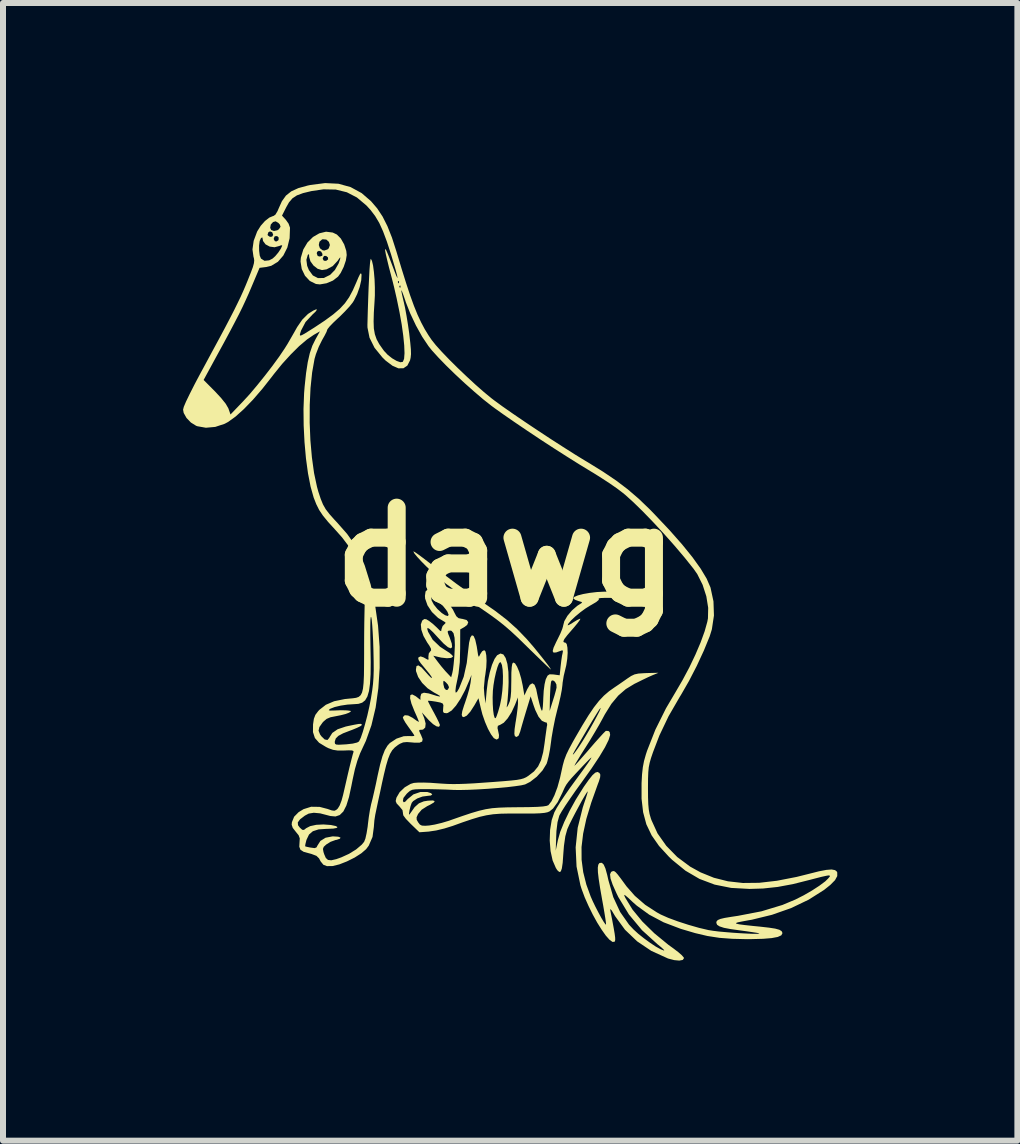
<source format=kicad_pcb>
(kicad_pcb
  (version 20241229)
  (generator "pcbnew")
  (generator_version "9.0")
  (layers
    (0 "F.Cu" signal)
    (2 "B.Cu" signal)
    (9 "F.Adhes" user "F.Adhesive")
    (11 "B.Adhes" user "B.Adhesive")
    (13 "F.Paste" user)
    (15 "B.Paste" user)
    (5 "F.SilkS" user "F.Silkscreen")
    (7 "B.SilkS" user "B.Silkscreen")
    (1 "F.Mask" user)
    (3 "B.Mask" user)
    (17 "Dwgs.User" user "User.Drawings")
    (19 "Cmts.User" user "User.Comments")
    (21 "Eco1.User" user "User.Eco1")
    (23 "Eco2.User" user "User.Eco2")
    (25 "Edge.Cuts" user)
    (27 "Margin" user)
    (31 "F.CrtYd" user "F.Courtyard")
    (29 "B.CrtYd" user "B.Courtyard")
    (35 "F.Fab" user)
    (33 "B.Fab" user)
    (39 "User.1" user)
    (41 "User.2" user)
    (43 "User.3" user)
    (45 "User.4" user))
  (footprint "dawg"
    (layer "F.Cu")
    (at 5.38 6.229)
    (property "Reference" "dawg" (at 0 0 0) (layer "F.SilkS") (effects (font (size 1.5 1.5) (thickness 0.3))))
    (attr board_only exclude_from_pos_files exclude_from_bom)
    (fp_poly (pts (xy -1.519 -0.082) (xy -1.464 -0.044) (xy -1.383 0.016) (xy -1.281 0.094) (xy -1.166 0.186) (xy -1.158 0.192) (xy -1.006 0.311) (xy -0.832 0.442) (xy -0.653 0.571) (xy -0.486 0.688) (xy -0.413 0.737) (xy -0.183 0.896) (xy 0.013 1.047) (xy 0.185 1.201) (xy 0.345 1.367) (xy 0.461 1.501) (xy 0.556 1.618) (xy 0.637 1.72) (xy 0.699 1.8) (xy 0.737 1.854) (xy 0.748 1.876) (xy 0.747 1.876) (xy 0.728 1.859) (xy 0.678 1.812) (xy 0.603 1.74) (xy 0.508 1.648) (xy 0.398 1.541) (xy 0.35 1.494) (xy 0.203 1.35) (xy 0.077 1.233) (xy -0.038 1.134) (xy -0.155 1.042) (xy -0.285 0.948) (xy -0.44 0.841) (xy -0.455 0.832) (xy -0.598 0.734) (xy -0.741 0.635) (xy -0.873 0.54) (xy -0.983 0.459) (xy -1.058 0.402) (xy -1.145 0.328) (xy -1.237 0.244) (xy -1.329 0.156) (xy -1.412 0.072) (xy -1.48 -0.002) (xy -1.526 -0.058) (xy -1.543 -0.09) (xy -1.542 -0.093)) (stroke (width 0) (type solid)) (fill yes) (layer "F.SilkS"))
    (fp_poly (pts (xy -2.887 -5.405) (xy -2.818 -5.372) (xy -2.752 -5.305) (xy -2.696 -5.207) (xy -2.661 -5.099) (xy -2.654 -5.03) (xy -2.668 -4.94) (xy -2.704 -4.833) (xy -2.754 -4.732) (xy -2.798 -4.671) (xy -2.883 -4.605) (xy -2.99 -4.56) (xy -3.1 -4.541) (xy -3.166 -4.548) (xy -3.268 -4.598) (xy -3.349 -4.685) (xy -3.403 -4.797) (xy -3.423 -4.922) (xy -3.421 -4.951) (xy -3.326 -4.951) (xy -3.313 -4.851) (xy -3.284 -4.78) (xy -3.218 -4.69) (xy -3.133 -4.646) (xy -3.036 -4.648) (xy -2.932 -4.699) (xy -2.928 -4.702) (xy -2.851 -4.781) (xy -2.79 -4.888) (xy -2.766 -4.955) (xy -2.759 -4.989) (xy -2.769 -4.985) (xy -2.8 -4.942) (xy -2.804 -4.935) (xy -2.887 -4.846) (xy -2.989 -4.792) (xy -3.066 -4.78) (xy -3.138 -4.801) (xy -3.208 -4.856) (xy -3.259 -4.927) (xy -3.27 -4.966) (xy -3.053 -4.966) (xy -3.035 -4.936) (xy -2.997 -4.933) (xy -2.964 -4.958) (xy -2.966 -4.99) (xy -2.996 -5.015) (xy -3.032 -5.015) (xy -3.033 -5.014) (xy -3.051 -4.981) (xy -3.053 -4.966) (xy -3.27 -4.966) (xy -3.279 -4.997) (xy -3.282 -5.041) (xy -3.295 -5.041) (xy -3.303 -5.03) (xy -3.326 -4.951) (xy -3.421 -4.951) (xy -3.418 -4.986) (xy -3.397 -5.057) (xy -3.153 -5.057) (xy -3.137 -5.014) (xy -3.101 -5.005) (xy -3.061 -5.018) (xy -3.058 -5.048) (xy -3.081 -5.089) (xy -3.117 -5.101) (xy -3.147 -5.084) (xy -3.153 -5.057) (xy -3.397 -5.057) (xy -3.377 -5.123) (xy -3.333 -5.197) (xy -3.119 -5.197) (xy -3.101 -5.144) (xy -3.056 -5.11) (xy -3.028 -5.105) (xy -2.975 -5.123) (xy -2.954 -5.141) (xy -2.934 -5.197) (xy -2.951 -5.25) (xy -2.994 -5.288) (xy -3.052 -5.293) (xy -3.065 -5.29) (xy -3.108 -5.252) (xy -3.119 -5.197) (xy -3.333 -5.197) (xy -3.308 -5.239) (xy -3.216 -5.331) (xy -3.11 -5.392) (xy -2.998 -5.419)) (stroke (width 0) (type solid)) (fill yes) (layer "F.SilkS"))
    (fp_poly (pts (xy -2.791 -6.218) (xy -2.589 -6.162) (xy -2.405 -6.062) (xy -2.249 -5.927) (xy -2.146 -5.807) (xy -2.056 -5.671) (xy -1.976 -5.512) (xy -1.9 -5.32) (xy -1.827 -5.093) (xy -1.741 -4.807) (xy -1.665 -4.564) (xy -1.597 -4.358) (xy -1.534 -4.184) (xy -1.474 -4.036) (xy -1.414 -3.908) (xy -1.354 -3.795) (xy -1.29 -3.691) (xy -1.239 -3.616) (xy -1.169 -3.528) (xy -1.068 -3.416) (xy -0.944 -3.287) (xy -0.805 -3.149) (xy -0.657 -3.008) (xy -0.51 -2.872) (xy -0.37 -2.749) (xy -0.245 -2.646) (xy -0.198 -2.61) (xy -0.06 -2.509) (xy 0.112 -2.389) (xy 0.307 -2.256) (xy 0.518 -2.115) (xy 0.735 -1.972) (xy 0.948 -1.835) (xy 1.148 -1.708) (xy 1.326 -1.599) (xy 1.364 -1.577) (xy 1.616 -1.421) (xy 1.834 -1.274) (xy 2.028 -1.127) (xy 2.211 -0.97) (xy 2.393 -0.795) (xy 2.466 -0.72) (xy 2.72 -0.451) (xy 2.933 -0.21) (xy 3.107 0.005) (xy 3.243 0.195) (xy 3.342 0.36) (xy 3.404 0.503) (xy 3.407 0.511) (xy 3.456 0.739) (xy 3.464 0.975) (xy 3.429 1.206) (xy 3.393 1.322) (xy 3.296 1.559) (xy 3.178 1.814) (xy 3.048 2.066) (xy 2.917 2.294) (xy 2.894 2.331) (xy 2.708 2.653) (xy 2.555 2.974) (xy 2.448 3.254) (xy 2.415 3.351) (xy 2.393 3.429) (xy 2.378 3.503) (xy 2.37 3.586) (xy 2.366 3.691) (xy 2.365 3.83) (xy 2.365 3.854) (xy 2.366 4.005) (xy 2.37 4.119) (xy 2.378 4.206) (xy 2.391 4.28) (xy 2.412 4.352) (xy 2.423 4.384) (xy 2.524 4.605) (xy 2.67 4.812) (xy 2.852 4.998) (xy 3.067 5.158) (xy 3.241 5.254) (xy 3.463 5.344) (xy 3.697 5.403) (xy 3.946 5.431) (xy 4.217 5.428) (xy 4.513 5.394) (xy 4.841 5.33) (xy 5.045 5.279) (xy 5.211 5.237) (xy 5.336 5.213) (xy 5.424 5.206) (xy 5.482 5.217) (xy 5.513 5.243) (xy 5.518 5.256) (xy 5.518 5.316) (xy 5.481 5.384) (xy 5.402 5.464) (xy 5.298 5.547) (xy 5.042 5.709) (xy 4.75 5.849) (xy 4.431 5.961) (xy 4.095 6.043) (xy 4.036 6.053) (xy 3.933 6.072) (xy 3.863 6.086) (xy 3.831 6.098) (xy 3.838 6.109) (xy 3.886 6.12) (xy 3.978 6.132) (xy 4.117 6.147) (xy 4.229 6.158) (xy 4.379 6.175) (xy 4.484 6.191) (xy 4.553 6.21) (xy 4.591 6.233) (xy 4.604 6.261) (xy 4.605 6.268) (xy 4.586 6.303) (xy 4.527 6.33) (xy 4.426 6.349) (xy 4.282 6.361) (xy 4.09 6.366) (xy 4.016 6.367) (xy 3.77 6.361) (xy 3.556 6.345) (xy 3.355 6.314) (xy 3.151 6.266) (xy 2.925 6.199) (xy 2.903 6.192) (xy 2.625 6.086) (xy 2.386 5.959) (xy 2.179 5.809) (xy 2.111 5.749) (xy 2.034 5.677) (xy 1.988 5.638) (xy 1.969 5.629) (xy 1.972 5.645) (xy 1.989 5.681) (xy 2.107 5.874) (xy 2.27 6.072) (xy 2.471 6.269) (xy 2.705 6.461) (xy 2.787 6.52) (xy 2.867 6.581) (xy 2.929 6.635) (xy 2.962 6.674) (xy 2.965 6.683) (xy 2.944 6.713) (xy 2.886 6.724) (xy 2.802 6.716) (xy 2.702 6.69) (xy 2.69 6.685) (xy 2.42 6.562) (xy 2.184 6.403) (xy 1.982 6.21) (xy 1.818 5.985) (xy 1.799 5.953) (xy 1.761 5.889) (xy 1.738 5.865) (xy 1.736 5.881) (xy 1.77 6.053) (xy 1.794 6.183) (xy 1.81 6.277) (xy 1.818 6.34) (xy 1.819 6.38) (xy 1.813 6.403) (xy 1.808 6.41) (xy 1.774 6.413) (xy 1.724 6.377) (xy 1.662 6.307) (xy 1.593 6.209) (xy 1.519 6.091) (xy 1.445 5.957) (xy 1.375 5.815) (xy 1.311 5.671) (xy 1.259 5.531) (xy 1.239 5.467) (xy 1.175 5.157) (xy 1.16 4.838) (xy 1.194 4.511) (xy 1.278 4.175) (xy 1.299 4.11) (xy 1.33 4.018) (xy 1.352 3.947) (xy 1.362 3.908) (xy 1.362 3.904) (xy 1.345 3.925) (xy 1.31 3.981) (xy 1.263 4.062) (xy 1.21 4.16) (xy 1.154 4.264) (xy 1.101 4.366) (xy 1.057 4.454) (xy 1.027 4.521) (xy 1.021 4.534) (xy 0.988 4.653) (xy 0.965 4.812) (xy 0.954 4.953) (xy 0.944 5.095) (xy 0.93 5.189) (xy 0.912 5.24) (xy 0.887 5.248) (xy 0.854 5.218) (xy 0.83 5.18) (xy 0.776 5.055) (xy 0.742 4.899) (xy 0.728 4.725) (xy 0.734 4.548) (xy 0.761 4.383) (xy 0.805 4.254) (xy 0.843 4.183) (xy 0.904 4.084) (xy 0.981 3.969) (xy 1.064 3.849) (xy 1.088 3.816) (xy 1.209 3.65) (xy 1.302 3.523) (xy 1.368 3.43) (xy 1.408 3.371) (xy 1.423 3.343) (xy 1.416 3.344) (xy 1.387 3.371) (xy 1.338 3.421) (xy 1.269 3.493) (xy 1.262 3.501) (xy 1.162 3.607) (xy 1.091 3.684) (xy 1.041 3.743) (xy 1.005 3.792) (xy 0.979 3.838) (xy 0.954 3.892) (xy 0.938 3.929) (xy 0.861 4.084) (xy 0.783 4.191) (xy 0.724 4.239) (xy 0.69 4.253) (xy 0.641 4.263) (xy 0.568 4.27) (xy 0.464 4.274) (xy 0.323 4.274) (xy 0.211 4.274) (xy 0.043 4.274) (xy -0.095 4.277) (xy -0.214 4.286) (xy -0.325 4.303) (xy -0.439 4.329) (xy -0.568 4.368) (xy -0.722 4.42) (xy -0.888 4.48) (xy -1.026 4.523) (xy -1.163 4.556) (xy -1.277 4.573) (xy -1.278 4.574) (xy -1.443 4.586) (xy -1.588 4.446) (xy -1.668 4.363) (xy -1.711 4.305) (xy -1.718 4.267) (xy -1.717 4.266) (xy -1.725 4.217) (xy -1.776 4.155) (xy -1.823 4.105) (xy -1.838 4.066) (xy -1.827 4.015) (xy -1.824 4.007) (xy -1.772 3.918) (xy -1.687 3.837) (xy -1.589 3.78) (xy -1.536 3.764) (xy -1.471 3.759) (xy -1.373 3.758) (xy -1.257 3.762) (xy -1.191 3.767) (xy -1.077 3.775) (xy -0.977 3.781) (xy -0.882 3.783) (xy -0.783 3.782) (xy -0.67 3.778) (xy -0.533 3.771) (xy -0.364 3.759) (xy -0.208 3.748) (xy -0.04 3.735) (xy 0.086 3.724) (xy 0.178 3.714) (xy 0.245 3.702) (xy 0.294 3.688) (xy 0.334 3.67) (xy 0.372 3.646) (xy 0.373 3.645) (xy 0.466 3.573) (xy 0.534 3.49) (xy 0.583 3.387) (xy 0.619 3.252) (xy 0.641 3.11) (xy 0.656 2.995) (xy 0.67 2.896) (xy 0.68 2.824) (xy 0.686 2.797) (xy 0.679 2.76) (xy 0.65 2.753) (xy 0.597 2.729) (xy 0.541 2.66) (xy 0.495 2.565) (xy 0.727 2.565) (xy 0.778 2.402) (xy 0.807 2.309) (xy 0.83 2.226) (xy 0.842 2.176) (xy 0.839 2.123) (xy 0.815 2.078) (xy 0.782 2.055) (xy 0.756 2.063) (xy 0.748 2.094) (xy 0.74 2.164) (xy 0.735 2.26) (xy 0.732 2.323) (xy 0.727 2.565) (xy 0.495 2.565) (xy 0.488 2.551) (xy 0.458 2.468) (xy 0.41 2.322) (xy 0.331 2.581) (xy 0.297 2.695) (xy 0.267 2.798) (xy 0.245 2.876) (xy 0.236 2.909) (xy 0.21 2.975) (xy 0.176 2.999) (xy 0.147 2.985) (xy 0.139 2.947) (xy 0.143 2.867) (xy 0.16 2.749) (xy 0.162 2.741) (xy 0.179 2.629) (xy 0.192 2.525) (xy 0.199 2.447) (xy 0.199 2.43) (xy 0.198 2.34) (xy 0.15 2.462) (xy 0.093 2.585) (xy 0.028 2.688) (xy -0.037 2.761) (xy -0.093 2.794) (xy -0.136 2.813) (xy -0.142 2.85) (xy -0.136 2.875) (xy -0.117 2.966) (xy -0.121 3.019) (xy -0.151 3.04) (xy -0.162 3.04) (xy -0.203 3.018) (xy -0.25 2.955) (xy -0.301 2.862) (xy -0.35 2.748) (xy -0.394 2.621) (xy -0.416 2.535) (xy -0.459 2.353) (xy -0.527 2.472) (xy -0.594 2.576) (xy -0.654 2.643) (xy -0.703 2.668) (xy -0.729 2.659) (xy -0.738 2.629) (xy -0.729 2.569) (xy -0.699 2.473) (xy -0.681 2.422) (xy -0.644 2.309) (xy -0.612 2.197) (xy -0.593 2.106) (xy -0.59 2.088) (xy -0.575 1.964) (xy -0.61 2.053) (xy -0.681 2.218) (xy -0.757 2.361) (xy -0.833 2.476) (xy -0.905 2.557) (xy -0.97 2.598) (xy -0.993 2.603) (xy -1.036 2.597) (xy -1.05 2.571) (xy -1.047 2.518) (xy -1.043 2.469) (xy -1.055 2.441) (xy -1.093 2.425) (xy -1.169 2.41) (xy -1.242 2.399) (xy -1.29 2.395) (xy -1.301 2.398) (xy -1.29 2.424) (xy -1.26 2.483) (xy -1.217 2.564) (xy -1.201 2.593) (xy -1.155 2.68) (xy -1.12 2.752) (xy -1.102 2.796) (xy -1.101 2.802) (xy -1.116 2.829) (xy -1.157 2.822) (xy -1.215 2.785) (xy -1.283 2.722) (xy -1.295 2.709) (xy -1.401 2.59) (xy -1.362 2.686) (xy -1.339 2.775) (xy -1.346 2.841) (xy -1.382 2.875) (xy -1.403 2.878) (xy -1.439 2.88) (xy -1.448 2.896) (xy -1.43 2.938) (xy -1.416 2.966) (xy -1.389 3.034) (xy -1.397 3.075) (xy -1.443 3.094) (xy -1.532 3.093) (xy -1.561 3.09) (xy -1.652 3.083) (xy -1.714 3.089) (xy -1.766 3.111) (xy -1.8 3.132) (xy -1.853 3.173) (xy -1.896 3.22) (xy -1.932 3.281) (xy -1.965 3.364) (xy -1.998 3.475) (xy -2.034 3.623) (xy -2.066 3.766) (xy -2.097 3.914) (xy -2.127 4.051) (xy -2.152 4.169) (xy -2.17 4.255) (xy -2.178 4.292) (xy -2.193 4.387) (xy -2.201 4.485) (xy -2.201 4.492) (xy -2.224 4.664) (xy -2.287 4.809) (xy -2.331 4.868) (xy -2.41 4.936) (xy -2.521 5.007) (xy -2.649 5.071) (xy -2.776 5.121) (xy -2.885 5.148) (xy -2.897 5.149) (xy -2.984 5.15) (xy -3.042 5.128) (xy -3.088 5.072) (xy -3.115 5.021) (xy -3.158 4.979) (xy -3.242 4.947) (xy -3.276 4.938) (xy -3.371 4.912) (xy -3.425 4.877) (xy -3.444 4.827) (xy -3.44 4.752) (xy -3.436 4.688) (xy -3.455 4.636) (xy -3.503 4.577) (xy -3.553 4.513) (xy -3.571 4.46) (xy -3.567 4.418) (xy -3.53 4.327) (xy -3.455 4.251) (xy -3.373 4.201) (xy -3.246 4.161) (xy -3.106 4.163) (xy -2.975 4.197) (xy -2.903 4.222) (xy -2.86 4.228) (xy -2.83 4.215) (xy -2.803 4.191) (xy -2.772 4.141) (xy -2.74 4.058) (xy -2.715 3.966) (xy -2.675 3.793) (xy -2.638 3.631) (xy -2.604 3.488) (xy -2.575 3.373) (xy -2.554 3.292) (xy -2.542 3.253) (xy -2.541 3.233) (xy -2.565 3.223) (xy -2.622 3.221) (xy -2.697 3.224) (xy -2.801 3.225) (xy -2.881 3.213) (xy -2.959 3.185) (xy -2.999 3.165) (xy -3.114 3.095) (xy -3.184 3.016) (xy -3.216 2.918) (xy -3.216 2.894) (xy -3.123 2.894) (xy -3.098 2.956) (xy -3.076 2.987) (xy -3.021 3.04) (xy -2.975 3.049) (xy -2.944 3.013) (xy -2.942 3.007) (xy -2.894 2.931) (xy -2.805 2.87) (xy -2.671 2.825) (xy -2.631 2.816) (xy -2.524 2.794) (xy -2.457 2.782) (xy -2.42 2.78) (xy -2.405 2.787) (xy -2.402 2.8) (xy -2.424 2.818) (xy -2.483 2.847) (xy -2.566 2.881) (xy -2.596 2.892) (xy -2.715 2.938) (xy -2.793 2.98) (xy -2.836 3.023) (xy -2.852 3.072) (xy -2.853 3.086) (xy -2.849 3.111) (xy -2.831 3.124) (xy -2.789 3.128) (xy -2.711 3.124) (xy -2.661 3.121) (xy -2.554 3.109) (xy -2.48 3.091) (xy -2.449 3.073) (xy -2.42 3.013) (xy -2.386 2.914) (xy -2.349 2.787) (xy -2.311 2.643) (xy -2.277 2.493) (xy -2.249 2.348) (xy -2.248 2.34) (xy -2.229 2.222) (xy -2.216 2.115) (xy -2.208 2.008) (xy -2.204 1.887) (xy -2.205 1.741) (xy -2.209 1.558) (xy -2.209 1.552) (xy -2.214 1.396) (xy -2.221 1.255) (xy -2.229 1.136) (xy -2.237 1.05) (xy -2.245 1.003) (xy -2.246 1.002) (xy -2.254 1.003) (xy -2.259 1.053) (xy -2.261 1.153) (xy -2.261 1.303) (xy -2.258 1.502) (xy -2.258 1.503) (xy -2.254 1.75) (xy -2.256 1.951) (xy -2.266 2.111) (xy -2.283 2.234) (xy -2.31 2.325) (xy -2.347 2.388) (xy -2.396 2.427) (xy -2.459 2.447) (xy -2.531 2.452) (xy -2.64 2.459) (xy -2.754 2.476) (xy -2.855 2.5) (xy -2.927 2.528) (xy -2.938 2.535) (xy -2.953 2.552) (xy -2.934 2.559) (xy -2.873 2.558) (xy -2.845 2.557) (xy -2.753 2.553) (xy -2.669 2.555) (xy -2.638 2.557) (xy -2.589 2.564) (xy -2.586 2.576) (xy -2.618 2.595) (xy -2.67 2.615) (xy -2.752 2.636) (xy -2.828 2.651) (xy -2.924 2.67) (xy -2.988 2.697) (xy -3.038 2.739) (xy -3.056 2.758) (xy -3.109 2.833) (xy -3.123 2.894) (xy -3.216 2.894) (xy -3.215 2.791) (xy -3.215 2.79) (xy -3.201 2.696) (xy -3.176 2.63) (xy -3.13 2.569) (xy -3.11 2.547) (xy -3.001 2.462) (xy -2.863 2.403) (xy -2.687 2.367) (xy -2.619 2.36) (xy -2.552 2.354) (xy -2.497 2.346) (xy -2.455 2.331) (xy -2.422 2.303) (xy -2.399 2.259) (xy -2.383 2.193) (xy -2.373 2.099) (xy -2.367 1.973) (xy -2.365 1.811) (xy -2.364 1.606) (xy -2.364 1.465) (xy -2.363 1.272) (xy -2.361 1.092) (xy -2.358 0.932) (xy -2.355 0.799) (xy -2.35 0.7) (xy -2.345 0.642) (xy -2.344 0.634) (xy -2.339 0.584) (xy -2.347 0.517) (xy -2.37 0.425) (xy -2.41 0.297) (xy -2.414 0.285) (xy -2.483 0.095) (xy -2.553 -0.06) (xy -2.633 -0.196) (xy -2.733 -0.328) (xy -2.851 -0.46) (xy -2.965 -0.585) (xy -3.05 -0.689) (xy -3.113 -0.783) (xy -3.161 -0.879) (xy -3.204 -0.989) (xy -3.205 -0.992) (xy -3.256 -1.173) (xy -3.299 -1.394) (xy -3.333 -1.643) (xy -3.357 -1.912) (xy -3.371 -2.189) (xy -3.374 -2.464) (xy -3.364 -2.728) (xy -3.355 -2.84) (xy -3.331 -3.064) (xy -3.303 -3.246) (xy -3.269 -3.395) (xy -3.227 -3.519) (xy -3.175 -3.625) (xy -3.1 -3.759) (xy -3.202 -3.701) (xy -3.315 -3.624) (xy -3.446 -3.513) (xy -3.586 -3.374) (xy -3.73 -3.216) (xy -3.867 -3.047) (xy -3.899 -3.005) (xy -4.058 -2.803) (xy -4.215 -2.621) (xy -4.366 -2.465) (xy -4.506 -2.339) (xy -4.629 -2.25) (xy -4.687 -2.219) (xy -4.844 -2.167) (xy -5 -2.153) (xy -5.141 -2.178) (xy -5.163 -2.186) (xy -5.25 -2.24) (xy -5.323 -2.316) (xy -5.37 -2.4) (xy -5.38 -2.454) (xy -5.368 -2.502) (xy -5.331 -2.589) (xy -5.27 -2.715) (xy -5.188 -2.877) (xy -5.15 -2.949) (xy -5.038 -2.949) (xy -4.847 -2.757) (xy -4.746 -2.648) (xy -4.67 -2.553) (xy -4.627 -2.479) (xy -4.623 -2.469) (xy -4.59 -2.374) (xy -4.378 -2.595) (xy -4.269 -2.714) (xy -4.147 -2.859) (xy -4.019 -3.018) (xy -3.894 -3.18) (xy -3.781 -3.335) (xy -3.689 -3.471) (xy -3.642 -3.546) (xy -3.587 -3.641) (xy -3.524 -3.751) (xy -3.479 -3.831) (xy -3.395 -3.953) (xy -3.303 -4.045) (xy -3.287 -4.057) (xy -3.209 -4.106) (xy -3.162 -4.126) (xy -3.15 -4.119) (xy -3.175 -4.085) (xy -3.224 -4.039) (xy -3.34 -3.914) (xy -3.415 -3.771) (xy -3.429 -3.726) (xy -3.435 -3.699) (xy -3.428 -3.688) (xy -3.403 -3.695) (xy -3.353 -3.722) (xy -3.272 -3.773) (xy -3.194 -3.822) (xy -3.018 -3.939) (xy -2.879 -4.041) (xy -2.77 -4.134) (xy -2.684 -4.227) (xy -2.614 -4.327) (xy -2.552 -4.443) (xy -2.495 -4.572) (xy -2.456 -4.664) (xy -2.431 -4.714) (xy -2.416 -4.727) (xy -2.408 -4.707) (xy -2.407 -4.698) (xy -2.412 -4.61) (xy -2.438 -4.498) (xy -2.48 -4.38) (xy -2.533 -4.273) (xy -2.555 -4.238) (xy -2.608 -4.172) (xy -2.685 -4.089) (xy -2.772 -4.002) (xy -2.803 -3.974) (xy -2.879 -3.902) (xy -2.938 -3.841) (xy -2.972 -3.798) (xy -2.978 -3.787) (xy -2.99 -3.751) (xy -3.022 -3.688) (xy -3.065 -3.612) (xy -3.119 -3.503) (xy -3.167 -3.379) (xy -3.19 -3.3) (xy -3.23 -3.074) (xy -3.257 -2.814) (xy -3.27 -2.532) (xy -3.271 -2.238) (xy -3.259 -1.943) (xy -3.234 -1.66) (xy -3.198 -1.398) (xy -3.149 -1.169) (xy -3.127 -1.089) (xy -3.087 -0.968) (xy -3.049 -0.875) (xy -3.003 -0.794) (xy -2.94 -0.713) (xy -2.854 -0.616) (xy -2.814 -0.574) (xy -2.647 -0.384) (xy -2.517 -0.2) (xy -2.415 -0.009) (xy -2.353 0.144) (xy -2.255 0.459) (xy -2.182 0.795) (xy -2.132 1.144) (xy -2.106 1.497) (xy -2.105 1.847) (xy -2.127 2.187) (xy -2.172 2.508) (xy -2.242 2.803) (xy -2.335 3.065) (xy -2.374 3.148) (xy -2.431 3.271) (xy -2.477 3.395) (xy -2.517 3.534) (xy -2.554 3.702) (xy -2.576 3.813) (xy -2.616 4) (xy -2.66 4.141) (xy -2.71 4.24) (xy -2.77 4.299) (xy -2.841 4.323) (xy -2.928 4.315) (xy -2.958 4.307) (xy -3.096 4.271) (xy -3.202 4.261) (xy -3.287 4.275) (xy -3.351 4.309) (xy -3.432 4.371) (xy -3.469 4.422) (xy -3.465 4.469) (xy -3.435 4.509) (xy -3.395 4.545) (xy -3.366 4.547) (xy -3.329 4.518) (xy -3.263 4.484) (xy -3.162 4.462) (xy -3.042 4.456) (xy -2.917 4.465) (xy -2.838 4.482) (xy -2.807 4.499) (xy -2.821 4.514) (xy -2.877 4.525) (xy -2.974 4.529) (xy -2.987 4.529) (xy -3.122 4.538) (xy -3.218 4.569) (xy -3.282 4.624) (xy -3.323 4.71) (xy -3.327 4.723) (xy -3.342 4.783) (xy -3.347 4.817) (xy -3.346 4.82) (xy -3.321 4.828) (xy -3.264 4.84) (xy -3.249 4.842) (xy -3.187 4.85) (xy -3.156 4.837) (xy -3.142 4.808) (xy -3.092 4.73) (xy -3.006 4.677) (xy -2.892 4.655) (xy -2.874 4.655) (xy -2.795 4.66) (xy -2.758 4.674) (xy -2.766 4.693) (xy -2.821 4.712) (xy -2.84 4.715) (xy -2.923 4.745) (xy -2.995 4.79) (xy -3.037 4.829) (xy -3.05 4.864) (xy -3.041 4.915) (xy -3.029 4.952) (xy -3.002 5.014) (xy -2.966 5.047) (xy -2.911 5.053) (xy -2.828 5.034) (xy -2.744 5.004) (xy -2.615 4.945) (xy -2.497 4.872) (xy -2.404 4.793) (xy -2.364 4.745) (xy -2.343 4.692) (xy -2.323 4.603) (xy -2.305 4.492) (xy -2.301 4.454) (xy -2.286 4.333) (xy -2.267 4.214) (xy -2.247 4.117) (xy -2.241 4.095) (xy -2.222 4.02) (xy -2.197 3.911) (xy -2.168 3.782) (xy -2.14 3.646) (xy -2.139 3.641) (xy -2.098 3.459) (xy -2.059 3.32) (xy -2.019 3.217) (xy -1.975 3.143) (xy -1.936 3.1) (xy -1.824 3.026) (xy -1.704 2.986) (xy -1.623 2.983) (xy -1.562 2.985) (xy -1.529 2.981) (xy -1.527 2.978) (xy -1.54 2.952) (xy -1.577 2.899) (xy -1.627 2.83) (xy -1.677 2.758) (xy -1.71 2.699) (xy -1.719 2.668) (xy -1.687 2.636) (xy -1.63 2.641) (xy -1.555 2.68) (xy -1.54 2.691) (xy -1.487 2.729) (xy -1.455 2.746) (xy -1.451 2.745) (xy -1.461 2.718) (xy -1.486 2.657) (xy -1.522 2.576) (xy -1.527 2.565) (xy -1.576 2.442) (xy -1.598 2.354) (xy -1.594 2.302) (xy -1.564 2.289) (xy -1.509 2.317) (xy -1.492 2.329) (xy -1.426 2.381) (xy -1.426 2.328) (xy -1.412 2.279) (xy -1.368 2.261) (xy -1.288 2.273) (xy -1.24 2.288) (xy -1.149 2.316) (xy -1.103 2.325) (xy -1.101 2.315) (xy -1.146 2.287) (xy -1.201 2.257) (xy -1.306 2.188) (xy -1.397 2.098) (xy -1.414 2.073) (xy -1.045 2.073) (xy -1.044 2.118) (xy -1.028 2.184) (xy -0.999 2.216) (xy -0.971 2.212) (xy -0.952 2.178) (xy -0.951 2.167) (xy -0.968 2.127) (xy -1 2.091) (xy -1.034 2.063) (xy -1.045 2.073) (xy -1.414 2.073) (xy -1.464 1.999) (xy -1.499 1.903) (xy -1.501 1.874) (xy -1.491 1.817) (xy -1.46 1.806) (xy -1.408 1.84) (xy -1.339 1.916) (xy -1.287 1.974) (xy -1.249 2.011) (xy -1.233 2.017) (xy -1.242 1.994) (xy -1.278 1.943) (xy -1.334 1.875) (xy -1.353 1.852) (xy -1.42 1.771) (xy -1.456 1.718) (xy -1.463 1.684) (xy -1.456 1.671) (xy -1.423 1.656) (xy -1.373 1.673) (xy -1.355 1.683) (xy -1.307 1.71) (xy -1.29 1.708) (xy -1.293 1.674) (xy -1.294 1.668) (xy -1.287 1.608) (xy -1.267 1.579) (xy -1.248 1.556) (xy -1.251 1.526) (xy -1.278 1.476) (xy -1.313 1.425) (xy -1.375 1.316) (xy -1.411 1.212) (xy -1.412 1.2) (xy -1.312 1.2) (xy -1.299 1.245) (xy -1.221 1.379) (xy -1.098 1.496) (xy -1.012 1.552) (xy -0.942 1.597) (xy -0.896 1.637) (xy -0.883 1.66) (xy -0.915 1.681) (xy -0.984 1.687) (xy -1.079 1.676) (xy -1.125 1.666) (xy -1.212 1.645) (xy -1.14 1.742) (xy -1.077 1.823) (xy -1.008 1.904) (xy -0.991 1.922) (xy -0.914 2.004) (xy -0.895 1.934) (xy -0.884 1.878) (xy -0.873 1.788) (xy -0.863 1.68) (xy -0.86 1.637) (xy -0.852 1.469) (xy -0.857 1.347) (xy -0.875 1.269) (xy -0.907 1.231) (xy -0.927 1.226) (xy -0.961 1.229) (xy -0.973 1.244) (xy -0.962 1.284) (xy -0.938 1.343) (xy -0.904 1.442) (xy -0.898 1.502) (xy -0.92 1.522) (xy -0.967 1.503) (xy -1.039 1.443) (xy -1.126 1.351) (xy -1.214 1.255) (xy -1.274 1.199) (xy -1.306 1.181) (xy -1.312 1.2) (xy -1.412 1.2) (xy -1.419 1.124) (xy -1.397 1.061) (xy -1.393 1.057) (xy -1.362 1.034) (xy -1.328 1.038) (xy -1.284 1.064) (xy -1.218 1.115) (xy -1.151 1.177) (xy -1.145 1.183) (xy -1.101 1.227) (xy -1.081 1.236) (xy -1.076 1.213) (xy -1.076 1.205) (xy -1.056 1.15) (xy -1.032 1.126) (xy -1.007 1.1) (xy -1.013 1.087) (xy -1.132 1.015) (xy -1.234 0.917) (xy -1.308 0.806) (xy -1.348 0.692) (xy -1.349 0.67) (xy -1.245 0.67) (xy -1.24 0.723) (xy -1.203 0.793) (xy -1.143 0.867) (xy -1.07 0.934) (xy -1.013 0.971) (xy -0.969 0.984) (xy -0.956 0.964) (xy -0.976 0.913) (xy -0.999 0.879) (xy -1.049 0.817) (xy -1.109 0.757) (xy -1.168 0.706) (xy -1.216 0.673) (xy -1.243 0.667) (xy -1.245 0.67) (xy -1.349 0.67) (xy -1.351 0.648) (xy -1.34 0.574) (xy -1.305 0.541) (xy -1.241 0.547) (xy -1.179 0.574) (xy -1.071 0.649) (xy -0.968 0.755) (xy -0.885 0.876) (xy -0.863 0.921) (xy -0.828 0.987) (xy -0.791 1.019) (xy -0.733 1.031) (xy -0.728 1.031) (xy -0.656 1.05) (xy -0.629 1.086) (xy -0.647 1.132) (xy -0.693 1.167) (xy -0.763 1.207) (xy -0.764 1.523) (xy -0.77 1.752) (xy -0.791 1.941) (xy -0.809 2.034) (xy -0.834 2.153) (xy -0.843 2.229) (xy -0.838 2.261) (xy -0.817 2.248) (xy -0.782 2.189) (xy -0.705 1.996) (xy -0.654 1.767) (xy -0.631 1.562) (xy -0.615 1.427) (xy -0.594 1.341) (xy -0.568 1.304) (xy -0.54 1.316) (xy -0.513 1.377) (xy -0.488 1.488) (xy -0.479 1.545) (xy -0.467 1.624) (xy -0.458 1.659) (xy -0.447 1.656) (xy -0.431 1.622) (xy -0.43 1.62) (xy -0.398 1.571) (xy -0.363 1.552) (xy -0.342 1.574) (xy -0.329 1.637) (xy -0.324 1.728) (xy -0.329 1.837) (xy -0.344 1.955) (xy -0.353 2.009) (xy -0.369 2.18) (xy -0.361 2.294) (xy -0.341 2.44) (xy -0.332 2.34) (xy -0.223 2.34) (xy -0.221 2.451) (xy -0.215 2.551) (xy -0.204 2.63) (xy -0.19 2.678) (xy -0.174 2.686) (xy -0.173 2.686) (xy -0.157 2.652) (xy -0.133 2.583) (xy -0.107 2.492) (xy -0.1 2.466) (xy -0.078 2.355) (xy -0.062 2.231) (xy -0.053 2.104) (xy -0.051 1.983) (xy -0.056 1.879) (xy -0.068 1.8) (xy -0.087 1.757) (xy -0.099 1.752) (xy -0.119 1.775) (xy -0.143 1.836) (xy -0.168 1.924) (xy -0.191 2.028) (xy -0.209 2.136) (xy -0.219 2.228) (xy -0.223 2.34) (xy -0.332 2.34) (xy -0.322 2.227) (xy -0.303 2.074) (xy -0.272 1.927) (xy -0.234 1.798) (xy -0.191 1.698) (xy -0.149 1.638) (xy -0.093 1.608) (xy -0.044 1.624) (xy -0.006 1.683) (xy 0.023 1.782) (xy 0.04 1.916) (xy 0.043 2.084) (xy 0.041 2.152) (xy 0.035 2.269) (xy 0.027 2.372) (xy 0.019 2.448) (xy 0.014 2.477) (xy 0.011 2.506) (xy 0.024 2.489) (xy 0.043 2.452) (xy 0.064 2.4) (xy 0.077 2.333) (xy 0.085 2.24) (xy 0.087 2.111) (xy 0.088 2.067) (xy 0.089 1.928) (xy 0.095 1.835) (xy 0.104 1.78) (xy 0.119 1.758) (xy 0.119 1.758) (xy 0.15 1.772) (xy 0.184 1.827) (xy 0.22 1.913) (xy 0.252 2.022) (xy 0.277 2.136) (xy 0.306 2.307) (xy 0.353 2.203) (xy 0.397 2.129) (xy 0.439 2.104) (xy 0.475 2.129) (xy 0.503 2.202) (xy 0.508 2.228) (xy 0.533 2.349) (xy 0.558 2.452) (xy 0.58 2.527) (xy 0.597 2.563) (xy 0.599 2.564) (xy 0.607 2.545) (xy 0.614 2.487) (xy 0.619 2.4) (xy 0.621 2.348) (xy 0.628 2.228) (xy 0.642 2.121) (xy 0.66 2.044) (xy 0.664 2.033) (xy 0.692 1.977) (xy 0.724 1.955) (xy 0.781 1.956) (xy 0.798 1.958) (xy 0.894 1.971) (xy 0.91 1.818) (xy 0.921 1.725) (xy 0.933 1.644) (xy 0.942 1.604) (xy 0.949 1.561) (xy 0.931 1.556) (xy 0.911 1.563) (xy 0.836 1.59) (xy 0.792 1.593) (xy 0.777 1.568) (xy 0.792 1.511) (xy 0.835 1.418) (xy 0.863 1.362) (xy 0.906 1.274) (xy 0.937 1.198) (xy 0.951 1.15) (xy 0.951 1.146) (xy 0.971 1.07) (xy 1.023 0.98) (xy 1.098 0.891) (xy 1.185 0.815) (xy 1.238 0.781) (xy 1.267 0.762) (xy 1.257 0.749) (xy 1.207 0.734) (xy 1.15 0.713) (xy 1.121 0.69) (xy 1.12 0.688) (xy 1.138 0.665) (xy 1.197 0.64) (xy 1.286 0.617) (xy 1.395 0.598) (xy 1.514 0.584) (xy 1.634 0.578) (xy 1.644 0.578) (xy 1.762 0.581) (xy 1.89 0.592) (xy 2.015 0.608) (xy 2.126 0.628) (xy 2.211 0.65) (xy 2.259 0.672) (xy 2.26 0.674) (xy 2.244 0.68) (xy 2.186 0.685) (xy 2.094 0.686) (xy 1.975 0.685) (xy 1.898 0.684) (xy 1.761 0.681) (xy 1.652 0.681) (xy 1.578 0.684) (xy 1.545 0.69) (xy 1.545 0.694) (xy 1.545 0.715) (xy 1.502 0.751) (xy 1.414 0.803) (xy 1.404 0.808) (xy 1.324 0.858) (xy 1.237 0.922) (xy 1.154 0.991) (xy 1.085 1.056) (xy 1.039 1.11) (xy 1.026 1.138) (xy 1.045 1.134) (xy 1.092 1.108) (xy 1.127 1.085) (xy 1.187 1.049) (xy 1.229 1.03) (xy 1.239 1.03) (xy 1.228 1.053) (xy 1.191 1.103) (xy 1.134 1.172) (xy 1.101 1.21) (xy 1.02 1.304) (xy 0.972 1.367) (xy 0.955 1.405) (xy 0.965 1.423) (xy 0.988 1.426) (xy 1.011 1.449) (xy 1.023 1.509) (xy 1.027 1.596) (xy 1.02 1.697) (xy 1.004 1.802) (xy 0.986 1.877) (xy 0.961 1.982) (xy 0.943 2.094) (xy 0.939 2.138) (xy 0.929 2.215) (xy 0.908 2.324) (xy 0.879 2.449) (xy 0.855 2.542) (xy 0.819 2.689) (xy 0.786 2.854) (xy 0.759 3.01) (xy 0.75 3.08) (xy 0.733 3.202) (xy 0.711 3.317) (xy 0.688 3.408) (xy 0.676 3.445) (xy 0.608 3.556) (xy 0.512 3.661) (xy 0.401 3.747) (xy 0.318 3.789) (xy 0.254 3.804) (xy 0.15 3.819) (xy 0.016 3.835) (xy -0.139 3.849) (xy -0.304 3.862) (xy -0.47 3.872) (xy -0.627 3.879) (xy -0.764 3.882) (xy -0.873 3.881) (xy -0.888 3.88) (xy -0.994 3.875) (xy -1.127 3.871) (xy -1.265 3.868) (xy -1.32 3.868) (xy -1.435 3.868) (xy -1.513 3.871) (xy -1.564 3.879) (xy -1.601 3.897) (xy -1.634 3.925) (xy -1.655 3.945) (xy -1.709 4.014) (xy -1.718 4.065) (xy -1.718 4.066) (xy -1.703 4.087) (xy -1.678 4.076) (xy -1.638 4.033) (xy -1.543 3.955) (xy -1.426 3.915) (xy -1.312 3.915) (xy -1.249 3.935) (xy -1.229 3.957) (xy -1.253 3.974) (xy -1.302 3.979) (xy -1.392 3.991) (xy -1.479 4.023) (xy -1.547 4.067) (xy -1.571 4.096) (xy -1.591 4.152) (xy -1.609 4.226) (xy -1.609 4.229) (xy -1.617 4.283) (xy -1.612 4.293) (xy -1.594 4.269) (xy -1.522 4.167) (xy -1.451 4.104) (xy -1.37 4.071) (xy -1.302 4.06) (xy -1.221 4.056) (xy -1.188 4.066) (xy -1.202 4.09) (xy -1.264 4.127) (xy -1.313 4.151) (xy -1.405 4.21) (xy -1.464 4.28) (xy -1.465 4.281) (xy -1.49 4.337) (xy -1.488 4.378) (xy -1.463 4.422) (xy -1.435 4.458) (xy -1.401 4.475) (xy -1.347 4.478) (xy -1.278 4.473) (xy -1.188 4.458) (xy -1.071 4.43) (xy -0.95 4.394) (xy -0.912 4.38) (xy -0.726 4.315) (xy -0.576 4.265) (xy -0.45 4.228) (xy -0.339 4.202) (xy -0.231 4.185) (xy -0.115 4.176) (xy 0.02 4.171) (xy 0.186 4.169) (xy 0.203 4.169) (xy 0.384 4.167) (xy 0.521 4.163) (xy 0.617 4.156) (xy 0.678 4.146) (xy 0.707 4.134) (xy 0.756 4.072) (xy 0.807 3.969) (xy 0.857 3.835) (xy 0.9 3.679) (xy 0.921 3.583) (xy 0.945 3.473) (xy 0.97 3.382) (xy 1.003 3.295) (xy 1.003 3.294) (xy 1.113 3.294) (xy 1.13 3.279) (xy 1.162 3.237) (xy 1.206 3.175) (xy 1.257 3.097) (xy 1.277 3.066) (xy 1.34 2.962) (xy 1.404 2.853) (xy 1.463 2.748) (xy 1.514 2.653) (xy 1.553 2.578) (xy 1.574 2.53) (xy 1.575 2.516) (xy 1.574 2.516) (xy 1.552 2.544) (xy 1.507 2.615) (xy 1.438 2.727) (xy 1.348 2.879) (xy 1.236 3.07) (xy 1.144 3.228) (xy 1.117 3.279) (xy 1.113 3.294) (xy 1.003 3.294) (xy 1.048 3.201) (xy 1.111 3.084) (xy 1.154 3.008) (xy 1.273 2.803) (xy 1.375 2.637) (xy 1.465 2.504) (xy 1.549 2.397) (xy 1.631 2.31) (xy 1.716 2.237) (xy 1.805 2.174) (xy 1.879 2.124) (xy 1.967 2.063) (xy 2.018 2.027) (xy 2.084 1.983) (xy 2.141 1.956) (xy 2.206 1.942) (xy 2.297 1.936) (xy 2.34 1.934) (xy 2.54 1.929) (xy 2.44 1.97) (xy 2.37 2.001) (xy 2.274 2.047) (xy 2.169 2.099) (xy 2.14 2.113) (xy 1.995 2.201) (xy 1.87 2.309) (xy 1.756 2.446) (xy 1.647 2.621) (xy 1.604 2.701) (xy 1.551 2.797) (xy 1.48 2.919) (xy 1.4 3.052) (xy 1.32 3.18) (xy 1.317 3.184) (xy 1.25 3.29) (xy 1.196 3.379) (xy 1.157 3.443) (xy 1.14 3.476) (xy 1.14 3.478) (xy 1.159 3.46) (xy 1.204 3.411) (xy 1.27 3.336) (xy 1.351 3.244) (xy 1.391 3.197) (xy 1.478 3.096) (xy 1.556 3.009) (xy 1.617 2.942) (xy 1.656 2.903) (xy 1.664 2.897) (xy 1.705 2.898) (xy 1.727 2.916) (xy 1.735 2.965) (xy 1.709 3.049) (xy 1.649 3.17) (xy 1.555 3.327) (xy 1.426 3.521) (xy 1.263 3.75) (xy 1.255 3.761) (xy 1.156 3.898) (xy 1.066 4.028) (xy 0.988 4.143) (xy 0.929 4.236) (xy 0.893 4.299) (xy 0.887 4.312) (xy 0.858 4.417) (xy 0.84 4.564) (xy 0.836 4.655) (xy 0.828 4.892) (xy 0.864 4.717) (xy 0.903 4.579) (xy 0.97 4.414) (xy 1.058 4.231) (xy 1.162 4.042) (xy 1.278 3.857) (xy 1.295 3.83) (xy 1.378 3.713) (xy 1.44 3.635) (xy 1.487 3.593) (xy 1.524 3.581) (xy 1.555 3.597) (xy 1.557 3.599) (xy 1.571 3.626) (xy 1.568 3.67) (xy 1.546 3.742) (xy 1.529 3.786) (xy 1.42 4.092) (xy 1.338 4.363) (xy 1.285 4.608) (xy 1.258 4.832) (xy 1.259 5.044) (xy 1.286 5.25) (xy 1.338 5.457) (xy 1.41 5.655) (xy 1.446 5.737) (xy 1.491 5.83) (xy 1.54 5.924) (xy 1.587 6.011) (xy 1.628 6.079) (xy 1.656 6.119) (xy 1.666 6.125) (xy 1.665 6.098) (xy 1.656 6.031) (xy 1.64 5.931) (xy 1.619 5.807) (xy 1.601 5.708) (xy 1.567 5.514) (xy 1.544 5.364) (xy 1.531 5.253) (xy 1.529 5.175) (xy 1.537 5.126) (xy 1.555 5.1) (xy 1.562 5.097) (xy 1.597 5.095) (xy 1.627 5.124) (xy 1.656 5.189) (xy 1.685 5.294) (xy 1.706 5.386) (xy 1.787 5.667) (xy 1.901 5.914) (xy 2.049 6.125) (xy 2.125 6.206) (xy 2.205 6.279) (xy 2.301 6.355) (xy 2.401 6.428) (xy 2.496 6.491) (xy 2.576 6.535) (xy 2.629 6.556) (xy 2.636 6.556) (xy 2.629 6.543) (xy 2.59 6.506) (xy 2.528 6.455) (xy 2.523 6.451) (xy 2.265 6.217) (xy 2.047 5.955) (xy 1.87 5.664) (xy 1.838 5.598) (xy 1.776 5.458) (xy 1.741 5.356) (xy 1.733 5.287) (xy 1.75 5.248) (xy 1.765 5.239) (xy 1.785 5.232) (xy 1.804 5.235) (xy 1.827 5.252) (xy 1.86 5.289) (xy 1.91 5.354) (xy 1.981 5.451) (xy 2.008 5.488) (xy 2.146 5.645) (xy 2.318 5.794) (xy 2.512 5.92) (xy 2.577 5.956) (xy 2.703 6.012) (xy 2.863 6.071) (xy 3.039 6.128) (xy 3.217 6.179) (xy 3.379 6.217) (xy 3.383 6.217) (xy 3.452 6.228) (xy 3.549 6.24) (xy 3.662 6.25) (xy 3.784 6.26) (xy 3.906 6.268) (xy 4.019 6.274) (xy 4.115 6.278) (xy 4.184 6.278) (xy 4.218 6.275) (xy 4.217 6.27) (xy 4.183 6.262) (xy 4.111 6.251) (xy 4.01 6.236) (xy 3.899 6.221) (xy 3.742 6.199) (xy 3.631 6.178) (xy 3.557 6.154) (xy 3.517 6.128) (xy 3.504 6.097) (xy 3.503 6.094) (xy 3.509 6.068) (xy 3.529 6.048) (xy 3.571 6.03) (xy 3.643 6.013) (xy 3.752 5.995) (xy 3.865 5.978) (xy 4.255 5.903) (xy 4.605 5.797) (xy 4.82 5.707) (xy 4.96 5.636) (xy 5.097 5.557) (xy 5.22 5.477) (xy 5.318 5.404) (xy 5.365 5.358) (xy 5.396 5.321) (xy 5.392 5.307) (xy 5.371 5.305) (xy 5.331 5.312) (xy 5.254 5.329) (xy 5.153 5.355) (xy 5.061 5.379) (xy 4.779 5.45) (xy 4.525 5.497) (xy 4.282 5.523) (xy 4.055 5.53) (xy 3.75 5.513) (xy 3.475 5.458) (xy 3.223 5.363) (xy 2.989 5.226) (xy 2.767 5.045) (xy 2.713 4.993) (xy 2.549 4.814) (xy 2.426 4.638) (xy 2.338 4.454) (xy 2.284 4.253) (xy 2.258 4.027) (xy 2.258 3.769) (xy 2.266 3.621) (xy 2.279 3.504) (xy 2.299 3.399) (xy 2.33 3.289) (xy 2.35 3.228) (xy 2.488 2.877) (xy 2.665 2.521) (xy 2.816 2.265) (xy 2.938 2.056) (xy 3.053 1.841) (xy 3.155 1.627) (xy 3.242 1.423) (xy 3.309 1.238) (xy 3.353 1.081) (xy 3.364 1.023) (xy 3.368 0.847) (xy 3.337 0.655) (xy 3.275 0.463) (xy 3.186 0.285) (xy 3.123 0.195) (xy 2.971 0.005) (xy 2.803 -0.193) (xy 2.627 -0.391) (xy 2.45 -0.582) (xy 2.28 -0.758) (xy 2.122 -0.912) (xy 1.985 -1.036) (xy 1.934 -1.077) (xy 1.847 -1.143) (xy 1.729 -1.225) (xy 1.594 -1.313) (xy 1.456 -1.4) (xy 1.409 -1.428) (xy 1.222 -1.542) (xy 1.015 -1.672) (xy 0.794 -1.813) (xy 0.57 -1.959) (xy 0.351 -2.105) (xy 0.146 -2.244) (xy -0.038 -2.371) (xy -0.191 -2.48) (xy -0.241 -2.517) (xy -0.378 -2.625) (xy -0.529 -2.754) (xy -0.689 -2.896) (xy -0.847 -3.043) (xy -0.996 -3.188) (xy -1.128 -3.324) (xy -1.235 -3.442) (xy -1.291 -3.512) (xy -1.397 -3.67) (xy -1.501 -3.857) (xy -1.595 -4.056) (xy -1.67 -4.246) (xy -1.678 -4.272) (xy -1.707 -4.357) (xy -1.73 -4.418) (xy -1.743 -4.445) (xy -1.744 -4.445) (xy -1.742 -4.419) (xy -1.729 -4.357) (xy -1.709 -4.271) (xy -1.703 -4.247) (xy -1.681 -4.147) (xy -1.657 -4.014) (xy -1.633 -3.866) (xy -1.612 -3.72) (xy -1.612 -3.717) (xy -1.595 -3.568) (xy -1.585 -3.46) (xy -1.583 -3.38) (xy -1.589 -3.32) (xy -1.599 -3.276) (xy -1.644 -3.188) (xy -1.709 -3.144) (xy -1.793 -3.143) (xy -1.892 -3.186) (xy -2.006 -3.272) (xy -2.06 -3.325) (xy -2.191 -3.486) (xy -2.274 -3.653) (xy -2.308 -3.822) (xy -2.309 -3.866) (xy -2.303 -4.091) (xy -2.296 -4.302) (xy -2.289 -4.492) (xy -2.281 -4.657) (xy -2.274 -4.793) (xy -2.266 -4.893) (xy -2.258 -4.953) (xy -2.252 -4.968) (xy -2.233 -4.932) (xy -2.215 -4.856) (xy -2.201 -4.75) (xy -2.19 -4.625) (xy -2.185 -4.49) (xy -2.185 -4.356) (xy -2.19 -4.263) (xy -2.202 -4.073) (xy -2.206 -3.925) (xy -2.202 -3.807) (xy -2.185 -3.711) (xy -2.156 -3.627) (xy -2.112 -3.546) (xy -2.051 -3.459) (xy -2.032 -3.433) (xy -1.97 -3.367) (xy -1.896 -3.309) (xy -1.822 -3.266) (xy -1.759 -3.244) (xy -1.719 -3.251) (xy -1.719 -3.251) (xy -1.698 -3.302) (xy -1.691 -3.395) (xy -1.696 -3.525) (xy -1.712 -3.686) (xy -1.738 -3.873) (xy -1.775 -4.081) (xy -1.821 -4.304) (xy -1.867 -4.504) (xy -1.777 -4.504) (xy -1.768 -4.484) (xy -1.76 -4.488) (xy -1.757 -4.517) (xy -1.76 -4.521) (xy -1.775 -4.518) (xy -1.777 -4.504) (xy -1.867 -4.504) (xy -1.875 -4.535) (xy -1.886 -4.58) (xy -1.802 -4.58) (xy -1.793 -4.559) (xy -1.785 -4.563) (xy -1.782 -4.593) (xy -1.785 -4.596) (xy -1.8 -4.593) (xy -1.802 -4.58) (xy -1.886 -4.58) (xy -1.916 -4.696) (xy -1.952 -4.833) (xy -1.981 -4.952) (xy -2.003 -5.046) (xy -2.014 -5.106) (xy -2.015 -5.125) (xy -2.008 -5.127) (xy -1.998 -5.114) (xy -1.983 -5.081) (xy -1.958 -5.021) (xy -1.921 -4.926) (xy -1.875 -4.805) (xy -1.837 -4.706) (xy -1.814 -4.655) (xy -1.807 -4.651) (xy -1.815 -4.692) (xy -1.838 -4.779) (xy -1.877 -4.912) (xy -1.916 -5.043) (xy -1.985 -5.255) (xy -2.049 -5.426) (xy -2.112 -5.565) (xy -2.181 -5.681) (xy -2.258 -5.782) (xy -2.327 -5.857) (xy -2.484 -5.989) (xy -2.652 -6.076) (xy -2.836 -6.121) (xy -3.041 -6.125) (xy -3.24 -6.096) (xy -3.381 -6.062) (xy -3.484 -6.024) (xy -3.558 -5.975) (xy -3.616 -5.907) (xy -3.661 -5.827) (xy -3.732 -5.687) (xy -3.668 -5.617) (xy -3.623 -5.554) (xy -3.6 -5.49) (xy -3.599 -5.483) (xy -3.605 -5.311) (xy -3.643 -5.155) (xy -3.71 -5.022) (xy -3.8 -4.918) (xy -3.911 -4.851) (xy -3.993 -4.831) (xy -4.106 -4.817) (xy -4.238 -4.504) (xy -4.287 -4.389) (xy -4.336 -4.28) (xy -4.388 -4.168) (xy -4.447 -4.048) (xy -4.517 -3.913) (xy -4.6 -3.755) (xy -4.701 -3.567) (xy -4.823 -3.344) (xy -4.829 -3.333) (xy -5.038 -2.949) (xy -5.15 -2.949) (xy -5.084 -3.073) (xy -5.037 -3.159) (xy -4.898 -3.417) (xy -4.78 -3.635) (xy -4.681 -3.82) (xy -4.599 -3.977) (xy -4.53 -4.111) (xy -4.473 -4.227) (xy -4.423 -4.33) (xy -4.38 -4.425) (xy -4.34 -4.518) (xy -4.301 -4.613) (xy -4.3 -4.616) (xy -4.25 -4.741) (xy -4.217 -4.83) (xy -4.2 -4.893) (xy -4.195 -4.939) (xy -4.2 -4.978) (xy -4.207 -5.001) (xy -4.224 -5.124) (xy -4.215 -5.188) (xy -4.114 -5.188) (xy -4.113 -5.101) (xy -4.103 -5.022) (xy -4.082 -4.971) (xy -4.082 -4.971) (xy -4.023 -4.934) (xy -3.946 -4.942) (xy -3.891 -4.97) (xy -3.845 -5.011) (xy -3.794 -5.072) (xy -3.752 -5.135) (xy -3.73 -5.183) (xy -3.729 -5.19) (xy -3.747 -5.193) (xy -3.777 -5.181) (xy -3.856 -5.16) (xy -3.937 -5.171) (xy -4.006 -5.208) (xy -4.048 -5.264) (xy -4.054 -5.298) (xy -3.871 -5.298) (xy -3.852 -5.263) (xy -3.829 -5.255) (xy -3.797 -5.273) (xy -3.79 -5.282) (xy -3.787 -5.321) (xy -3.813 -5.346) (xy -3.85 -5.343) (xy -3.857 -5.337) (xy -3.871 -5.298) (xy -4.054 -5.298) (xy -4.054 -5.299) (xy -4.061 -5.326) (xy -4.084 -5.31) (xy -4.104 -5.264) (xy -4.114 -5.188) (xy -4.215 -5.188) (xy -4.204 -5.267) (xy -4.165 -5.371) (xy -3.972 -5.371) (xy -3.968 -5.357) (xy -3.933 -5.333) (xy -3.896 -5.337) (xy -3.879 -5.366) (xy -3.895 -5.41) (xy -3.932 -5.424) (xy -3.959 -5.41) (xy -3.972 -5.371) (xy -4.165 -5.371) (xy -4.148 -5.417) (xy -4.142 -5.429) (xy -4.108 -5.483) (xy -3.929 -5.483) (xy -3.912 -5.447) (xy -3.866 -5.431) (xy -3.809 -5.443) (xy -3.784 -5.46) (xy -3.756 -5.501) (xy -3.769 -5.54) (xy -3.793 -5.566) (xy -3.838 -5.592) (xy -3.881 -5.58) (xy -3.919 -5.538) (xy -3.929 -5.483) (xy -4.108 -5.483) (xy -4.086 -5.518) (xy -4.016 -5.597) (xy -3.943 -5.654) (xy -3.881 -5.68) (xy -3.874 -5.681) (xy -3.842 -5.703) (xy -3.806 -5.763) (xy -3.791 -5.799) (xy -3.734 -5.926) (xy -3.666 -6.021) (xy -3.578 -6.091) (xy -3.46 -6.145) (xy -3.303 -6.188) (xy -3.26 -6.197) (xy -3.014 -6.229)) (stroke (width 0) (type solid)) (fill yes) (layer "F.SilkS")))
  (gr_rect
    (start -3 -3)
    (end 13.899 15.953)
    (stroke (width 0.1) (type default))
    (fill no)
    (layer "Edge.Cuts")))
</source>
